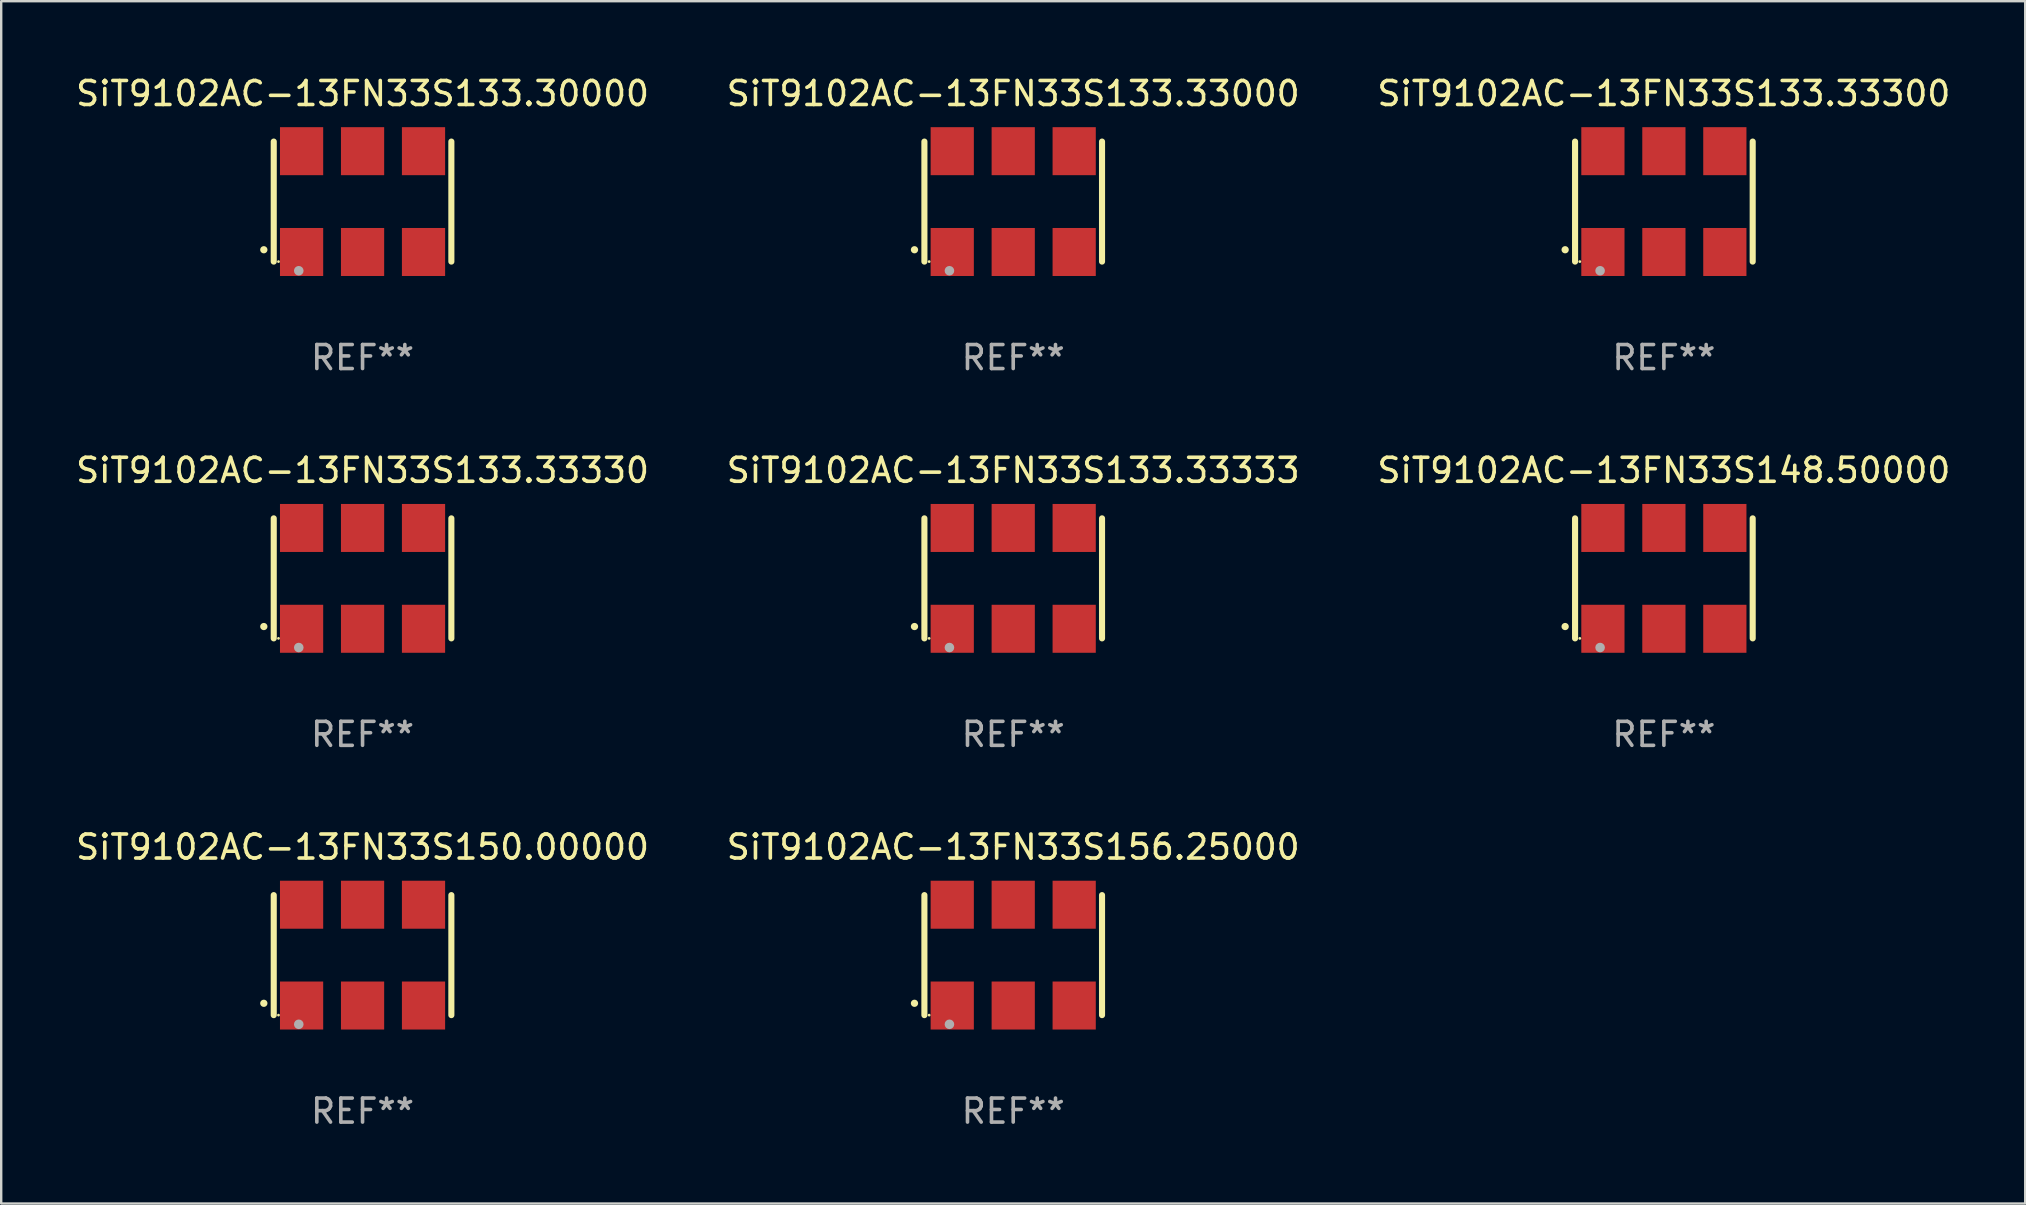
<source format=kicad_pcb>
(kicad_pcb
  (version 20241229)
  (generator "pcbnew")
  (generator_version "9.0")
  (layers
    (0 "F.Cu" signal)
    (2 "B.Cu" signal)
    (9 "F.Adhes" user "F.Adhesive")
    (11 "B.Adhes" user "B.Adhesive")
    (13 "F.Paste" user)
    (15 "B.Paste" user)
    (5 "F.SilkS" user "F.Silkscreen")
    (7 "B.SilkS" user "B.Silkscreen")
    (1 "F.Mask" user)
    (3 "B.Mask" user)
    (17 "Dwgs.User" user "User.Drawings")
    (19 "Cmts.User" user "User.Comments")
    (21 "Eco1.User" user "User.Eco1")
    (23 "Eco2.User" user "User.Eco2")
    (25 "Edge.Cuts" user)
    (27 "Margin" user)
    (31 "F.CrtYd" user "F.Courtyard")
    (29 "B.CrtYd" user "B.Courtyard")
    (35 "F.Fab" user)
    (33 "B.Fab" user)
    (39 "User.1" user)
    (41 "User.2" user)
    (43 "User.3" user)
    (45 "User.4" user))
  (footprint "SiT9102AC-13FN33S133.33300"
    (layer "F.Cu")
    (at 66.268 5.348)
    (property "Reference" "SiT9102AC-13FN33S133.33300" (at 0 -4.5 0) (layer "F.SilkS") (effects (font (size 1 1) (thickness 0.15))))
    (attr through_hole)
    (fp_line (start -3.7 -2.5) (end -3.7 2.5) (stroke (width 0.254) (type solid)) (layer "F.SilkS"))
    (fp_line (start 3.7 -2.5) (end 3.7 2.5) (stroke (width 0.254) (type solid)) (layer "F.SilkS"))
    (fp_arc (start -4.114415 2.006604) (mid -4.113145 2.006599) (end -4.111875 2.006604) (stroke (width 0.3) (type solid)) (layer "F.SilkS"))
    (fp_circle (center -3.502 2.5) (end -3.472 2.5) (stroke (width 0.06) (type solid)) (fill no) (layer "F.SilkS"))
    (fp_circle (center -2.657 2.882) (end -2.557 2.882) (stroke (width 0.2) (type solid)) (fill no) (layer "F.Fab"))
    (fp_text user "REF**" (at 0 6.5 0) (layer "F.Fab") (effects (font (size 1 1) (thickness 0.15))))
    (pad "1" smd rect (at -2.54 2.1) (size 1.8 2) (layers "F.Cu" "F.Mask" "F.Paste"))
    (pad "2" smd rect (at 0.000394 2.1) (size 1.8 2) (layers "F.Cu" "F.Mask" "F.Paste"))
    (pad "3" smd rect (at 2.54 2.1) (size 1.8 2) (layers "F.Cu" "F.Mask" "F.Paste"))
    (pad "4" smd rect (at 2.54 -2.1) (size 1.8 2) (layers "F.Cu" "F.Mask" "F.Paste"))
    (pad "5" smd rect (at 0.000394 -2.1) (size 1.8 2) (layers "F.Cu" "F.Mask" "F.Paste"))
    (pad "6" smd rect (at -2.54 -2.1) (size 1.8 2) (layers "F.Cu" "F.Mask" "F.Paste")))
  (footprint "SiT9102AC-13FN33S148.50000"
    (layer "F.Cu")
    (at 66.268 21.045)
    (property "Reference" "SiT9102AC-13FN33S148.50000" (at 0 -4.5 0) (layer "F.SilkS") (effects (font (size 1 1) (thickness 0.15))))
    (attr through_hole)
    (fp_line (start -3.7 -2.5) (end -3.7 2.5) (stroke (width 0.254) (type solid)) (layer "F.SilkS"))
    (fp_line (start 3.7 -2.5) (end 3.7 2.5) (stroke (width 0.254) (type solid)) (layer "F.SilkS"))
    (fp_arc (start -4.114415 2.006604) (mid -4.113145 2.006599) (end -4.111875 2.006604) (stroke (width 0.3) (type solid)) (layer "F.SilkS"))
    (fp_circle (center -3.502 2.5) (end -3.472 2.5) (stroke (width 0.06) (type solid)) (fill no) (layer "F.SilkS"))
    (fp_circle (center -2.657 2.882) (end -2.557 2.882) (stroke (width 0.2) (type solid)) (fill no) (layer "F.Fab"))
    (fp_text user "REF**" (at 0 6.5 0) (layer "F.Fab") (effects (font (size 1 1) (thickness 0.15))))
    (pad "1" smd rect (at -2.54 2.1) (size 1.8 2) (layers "F.Cu" "F.Mask" "F.Paste"))
    (pad "2" smd rect (at 0.000394 2.1) (size 1.8 2) (layers "F.Cu" "F.Mask" "F.Paste"))
    (pad "3" smd rect (at 2.54 2.1) (size 1.8 2) (layers "F.Cu" "F.Mask" "F.Paste"))
    (pad "4" smd rect (at 2.54 -2.1) (size 1.8 2) (layers "F.Cu" "F.Mask" "F.Paste"))
    (pad "5" smd rect (at 0.000394 -2.1) (size 1.8 2) (layers "F.Cu" "F.Mask" "F.Paste"))
    (pad "6" smd rect (at -2.54 -2.1) (size 1.8 2) (layers "F.Cu" "F.Mask" "F.Paste")))
  (footprint "SiT9102AC-13FN33S156.25000"
    (layer "F.Cu")
    (at 39.161 36.741)
    (property "Reference" "SiT9102AC-13FN33S156.25000" (at 0 -4.5 0) (layer "F.SilkS") (effects (font (size 1 1) (thickness 0.15))))
    (attr through_hole)
    (fp_line (start -3.7 -2.5) (end -3.7 2.5) (stroke (width 0.254) (type solid)) (layer "F.SilkS"))
    (fp_line (start 3.7 -2.5) (end 3.7 2.5) (stroke (width 0.254) (type solid)) (layer "F.SilkS"))
    (fp_arc (start -4.114415 2.006604) (mid -4.113145 2.006599) (end -4.111875 2.006604) (stroke (width 0.3) (type solid)) (layer "F.SilkS"))
    (fp_circle (center -3.502 2.5) (end -3.472 2.5) (stroke (width 0.06) (type solid)) (fill no) (layer "F.SilkS"))
    (fp_circle (center -2.657 2.882) (end -2.557 2.882) (stroke (width 0.2) (type solid)) (fill no) (layer "F.Fab"))
    (fp_text user "REF**" (at 0 6.5 0) (layer "F.Fab") (effects (font (size 1 1) (thickness 0.15))))
    (pad "1" smd rect (at -2.54 2.1) (size 1.8 2) (layers "F.Cu" "F.Mask" "F.Paste"))
    (pad "2" smd rect (at 0.000394 2.1) (size 1.8 2) (layers "F.Cu" "F.Mask" "F.Paste"))
    (pad "3" smd rect (at 2.54 2.1) (size 1.8 2) (layers "F.Cu" "F.Mask" "F.Paste"))
    (pad "4" smd rect (at 2.54 -2.1) (size 1.8 2) (layers "F.Cu" "F.Mask" "F.Paste"))
    (pad "5" smd rect (at 0.000394 -2.1) (size 1.8 2) (layers "F.Cu" "F.Mask" "F.Paste"))
    (pad "6" smd rect (at -2.54 -2.1) (size 1.8 2) (layers "F.Cu" "F.Mask" "F.Paste")))
  (footprint "SiT9102AC-13FN33S133.33330"
    (layer "F.Cu")
    (at 12.054 21.045)
    (property "Reference" "SiT9102AC-13FN33S133.33330" (at 0 -4.5 0) (layer "F.SilkS") (effects (font (size 1 1) (thickness 0.15))))
    (attr through_hole)
    (fp_line (start -3.7 -2.5) (end -3.7 2.5) (stroke (width 0.254) (type solid)) (layer "F.SilkS"))
    (fp_line (start 3.7 -2.5) (end 3.7 2.5) (stroke (width 0.254) (type solid)) (layer "F.SilkS"))
    (fp_arc (start -4.114415 2.006604) (mid -4.113145 2.006599) (end -4.111875 2.006604) (stroke (width 0.3) (type solid)) (layer "F.SilkS"))
    (fp_circle (center -3.502 2.5) (end -3.472 2.5) (stroke (width 0.06) (type solid)) (fill no) (layer "F.SilkS"))
    (fp_circle (center -2.657 2.882) (end -2.557 2.882) (stroke (width 0.2) (type solid)) (fill no) (layer "F.Fab"))
    (fp_text user "REF**" (at 0 6.5 0) (layer "F.Fab") (effects (font (size 1 1) (thickness 0.15))))
    (pad "1" smd rect (at -2.54 2.1) (size 1.8 2) (layers "F.Cu" "F.Mask" "F.Paste"))
    (pad "2" smd rect (at 0.000394 2.1) (size 1.8 2) (layers "F.Cu" "F.Mask" "F.Paste"))
    (pad "3" smd rect (at 2.54 2.1) (size 1.8 2) (layers "F.Cu" "F.Mask" "F.Paste"))
    (pad "4" smd rect (at 2.54 -2.1) (size 1.8 2) (layers "F.Cu" "F.Mask" "F.Paste"))
    (pad "5" smd rect (at 0.000394 -2.1) (size 1.8 2) (layers "F.Cu" "F.Mask" "F.Paste"))
    (pad "6" smd rect (at -2.54 -2.1) (size 1.8 2) (layers "F.Cu" "F.Mask" "F.Paste")))
  (footprint "SiT9102AC-13FN33S133.33000"
    (layer "F.Cu")
    (at 39.161 5.348)
    (property "Reference" "SiT9102AC-13FN33S133.33000" (at 0 -4.5 0) (layer "F.SilkS") (effects (font (size 1 1) (thickness 0.15))))
    (attr through_hole)
    (fp_line (start -3.7 -2.5) (end -3.7 2.5) (stroke (width 0.254) (type solid)) (layer "F.SilkS"))
    (fp_line (start 3.7 -2.5) (end 3.7 2.5) (stroke (width 0.254) (type solid)) (layer "F.SilkS"))
    (fp_arc (start -4.114415 2.006604) (mid -4.113145 2.006599) (end -4.111875 2.006604) (stroke (width 0.3) (type solid)) (layer "F.SilkS"))
    (fp_circle (center -3.502 2.5) (end -3.472 2.5) (stroke (width 0.06) (type solid)) (fill no) (layer "F.SilkS"))
    (fp_circle (center -2.657 2.882) (end -2.557 2.882) (stroke (width 0.2) (type solid)) (fill no) (layer "F.Fab"))
    (fp_text user "REF**" (at 0 6.5 0) (layer "F.Fab") (effects (font (size 1 1) (thickness 0.15))))
    (pad "1" smd rect (at -2.54 2.1) (size 1.8 2) (layers "F.Cu" "F.Mask" "F.Paste"))
    (pad "2" smd rect (at 0.000394 2.1) (size 1.8 2) (layers "F.Cu" "F.Mask" "F.Paste"))
    (pad "3" smd rect (at 2.54 2.1) (size 1.8 2) (layers "F.Cu" "F.Mask" "F.Paste"))
    (pad "4" smd rect (at 2.54 -2.1) (size 1.8 2) (layers "F.Cu" "F.Mask" "F.Paste"))
    (pad "5" smd rect (at 0.000394 -2.1) (size 1.8 2) (layers "F.Cu" "F.Mask" "F.Paste"))
    (pad "6" smd rect (at -2.54 -2.1) (size 1.8 2) (layers "F.Cu" "F.Mask" "F.Paste")))
  (footprint "SiT9102AC-13FN33S133.30000"
    (layer "F.Cu")
    (at 12.054 5.348)
    (property "Reference" "SiT9102AC-13FN33S133.30000" (at 0 -4.5 0) (layer "F.SilkS") (effects (font (size 1 1) (thickness 0.15))))
    (attr through_hole)
    (fp_line (start -3.7 -2.5) (end -3.7 2.5) (stroke (width 0.254) (type solid)) (layer "F.SilkS"))
    (fp_line (start 3.7 -2.5) (end 3.7 2.5) (stroke (width 0.254) (type solid)) (layer "F.SilkS"))
    (fp_arc (start -4.114415 2.006604) (mid -4.113145 2.006599) (end -4.111875 2.006604) (stroke (width 0.3) (type solid)) (layer "F.SilkS"))
    (fp_circle (center -3.502 2.5) (end -3.472 2.5) (stroke (width 0.06) (type solid)) (fill no) (layer "F.SilkS"))
    (fp_circle (center -2.657 2.882) (end -2.557 2.882) (stroke (width 0.2) (type solid)) (fill no) (layer "F.Fab"))
    (fp_text user "REF**" (at 0 6.5 0) (layer "F.Fab") (effects (font (size 1 1) (thickness 0.15))))
    (pad "1" smd rect (at -2.54 2.1) (size 1.8 2) (layers "F.Cu" "F.Mask" "F.Paste"))
    (pad "2" smd rect (at 0.000394 2.1) (size 1.8 2) (layers "F.Cu" "F.Mask" "F.Paste"))
    (pad "3" smd rect (at 2.54 2.1) (size 1.8 2) (layers "F.Cu" "F.Mask" "F.Paste"))
    (pad "4" smd rect (at 2.54 -2.1) (size 1.8 2) (layers "F.Cu" "F.Mask" "F.Paste"))
    (pad "5" smd rect (at 0.000394 -2.1) (size 1.8 2) (layers "F.Cu" "F.Mask" "F.Paste"))
    (pad "6" smd rect (at -2.54 -2.1) (size 1.8 2) (layers "F.Cu" "F.Mask" "F.Paste")))
  (footprint "SiT9102AC-13FN33S133.33333"
    (layer "F.Cu")
    (at 39.161 21.045)
    (property "Reference" "SiT9102AC-13FN33S133.33333" (at 0 -4.5 0) (layer "F.SilkS") (effects (font (size 1 1) (thickness 0.15))))
    (attr through_hole)
    (fp_line (start -3.7 -2.5) (end -3.7 2.5) (stroke (width 0.254) (type solid)) (layer "F.SilkS"))
    (fp_line (start 3.7 -2.5) (end 3.7 2.5) (stroke (width 0.254) (type solid)) (layer "F.SilkS"))
    (fp_arc (start -4.114415 2.006604) (mid -4.113145 2.006599) (end -4.111875 2.006604) (stroke (width 0.3) (type solid)) (layer "F.SilkS"))
    (fp_circle (center -3.502 2.5) (end -3.472 2.5) (stroke (width 0.06) (type solid)) (fill no) (layer "F.SilkS"))
    (fp_circle (center -2.657 2.882) (end -2.557 2.882) (stroke (width 0.2) (type solid)) (fill no) (layer "F.Fab"))
    (fp_text user "REF**" (at 0 6.5 0) (layer "F.Fab") (effects (font (size 1 1) (thickness 0.15))))
    (pad "1" smd rect (at -2.54 2.1) (size 1.8 2) (layers "F.Cu" "F.Mask" "F.Paste"))
    (pad "2" smd rect (at 0.000394 2.1) (size 1.8 2) (layers "F.Cu" "F.Mask" "F.Paste"))
    (pad "3" smd rect (at 2.54 2.1) (size 1.8 2) (layers "F.Cu" "F.Mask" "F.Paste"))
    (pad "4" smd rect (at 2.54 -2.1) (size 1.8 2) (layers "F.Cu" "F.Mask" "F.Paste"))
    (pad "5" smd rect (at 0.000394 -2.1) (size 1.8 2) (layers "F.Cu" "F.Mask" "F.Paste"))
    (pad "6" smd rect (at -2.54 -2.1) (size 1.8 2) (layers "F.Cu" "F.Mask" "F.Paste")))
  (footprint "SiT9102AC-13FN33S150.00000"
    (layer "F.Cu")
    (at 12.054 36.741)
    (property "Reference" "SiT9102AC-13FN33S150.00000" (at 0 -4.5 0) (layer "F.SilkS") (effects (font (size 1 1) (thickness 0.15))))
    (attr through_hole)
    (fp_line (start -3.7 -2.5) (end -3.7 2.5) (stroke (width 0.254) (type solid)) (layer "F.SilkS"))
    (fp_line (start 3.7 -2.5) (end 3.7 2.5) (stroke (width 0.254) (type solid)) (layer "F.SilkS"))
    (fp_arc (start -4.114415 2.006604) (mid -4.113145 2.006599) (end -4.111875 2.006604) (stroke (width 0.3) (type solid)) (layer "F.SilkS"))
    (fp_circle (center -3.502 2.5) (end -3.472 2.5) (stroke (width 0.06) (type solid)) (fill no) (layer "F.SilkS"))
    (fp_circle (center -2.657 2.882) (end -2.557 2.882) (stroke (width 0.2) (type solid)) (fill no) (layer "F.Fab"))
    (fp_text user "REF**" (at 0 6.5 0) (layer "F.Fab") (effects (font (size 1 1) (thickness 0.15))))
    (pad "1" smd rect (at -2.54 2.1) (size 1.8 2) (layers "F.Cu" "F.Mask" "F.Paste"))
    (pad "2" smd rect (at 0.000394 2.1) (size 1.8 2) (layers "F.Cu" "F.Mask" "F.Paste"))
    (pad "3" smd rect (at 2.54 2.1) (size 1.8 2) (layers "F.Cu" "F.Mask" "F.Paste"))
    (pad "4" smd rect (at 2.54 -2.1) (size 1.8 2) (layers "F.Cu" "F.Mask" "F.Paste"))
    (pad "5" smd rect (at 0.000394 -2.1) (size 1.8 2) (layers "F.Cu" "F.Mask" "F.Paste"))
    (pad "6" smd rect (at -2.54 -2.1) (size 1.8 2) (layers "F.Cu" "F.Mask" "F.Paste")))
  (gr_rect
    (start -3 -3)
    (end 81.321 47.09)
    (stroke (width 0.1) (type default))
    (fill no)
    (layer "Edge.Cuts")))
</source>
